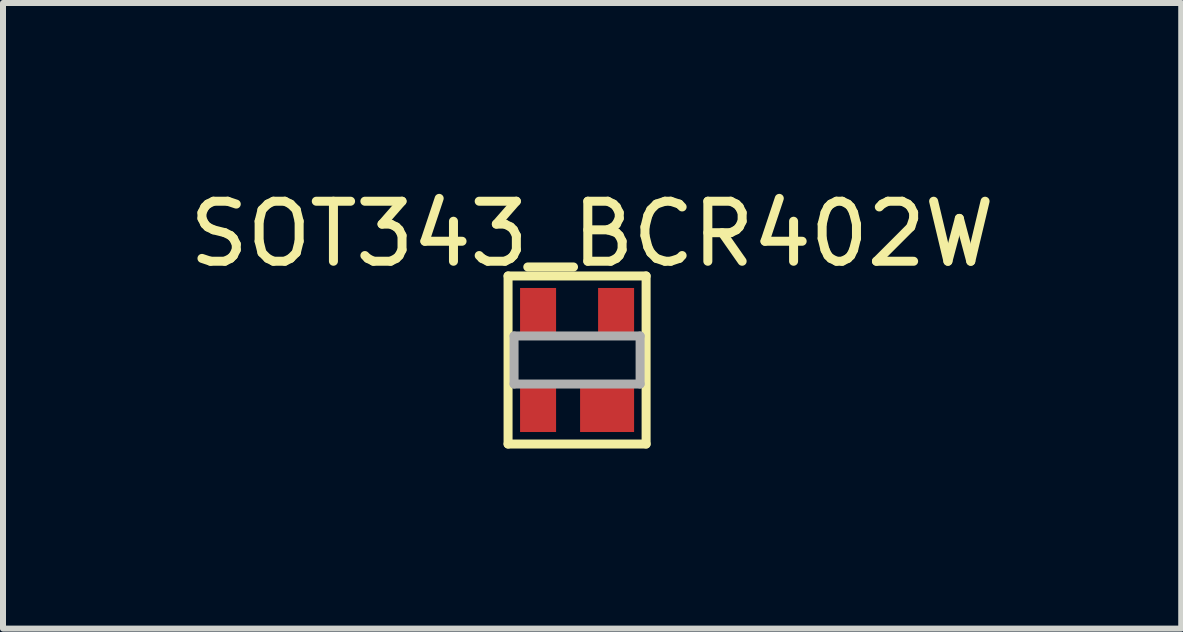
<source format=kicad_pcb>
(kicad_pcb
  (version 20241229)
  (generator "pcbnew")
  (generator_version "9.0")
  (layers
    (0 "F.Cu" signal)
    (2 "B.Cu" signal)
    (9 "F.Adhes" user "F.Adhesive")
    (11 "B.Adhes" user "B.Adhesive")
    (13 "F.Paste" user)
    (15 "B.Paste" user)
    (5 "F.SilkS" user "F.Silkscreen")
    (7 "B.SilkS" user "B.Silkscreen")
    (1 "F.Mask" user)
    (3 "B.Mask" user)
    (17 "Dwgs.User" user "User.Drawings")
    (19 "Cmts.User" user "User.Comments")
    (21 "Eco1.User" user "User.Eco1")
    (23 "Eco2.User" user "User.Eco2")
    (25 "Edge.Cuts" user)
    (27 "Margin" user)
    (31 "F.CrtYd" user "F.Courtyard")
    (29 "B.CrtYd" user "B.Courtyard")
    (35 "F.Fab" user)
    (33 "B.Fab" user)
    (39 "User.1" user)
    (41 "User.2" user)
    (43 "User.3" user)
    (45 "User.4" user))
  (footprint "SOT343_BCR402W"
    (layer "F.Cu")
    (at 5.915 3.748)
    (property "Reference" "SOT343_BCR402W" (at 0.9 -2.9 0) (layer "F.SilkS") (effects (font (size 1 1) (thickness 0.15))))
    (attr through_hole)
    (fp_line (start -0.5 -2.2) (end -0.5 0.6) (stroke (width 0.15) (type solid)) (layer "F.SilkS"))
    (fp_line (start -0.5 0.6) (end 1.8 0.6) (stroke (width 0.15) (type solid)) (layer "F.SilkS"))
    (fp_line (start 1.8 -2.2) (end -0.5 -2.2) (stroke (width 0.15) (type solid)) (layer "F.SilkS"))
    (fp_line (start 1.8 0.6) (end 1.8 -2.2) (stroke (width 0.15) (type solid)) (layer "F.SilkS"))
    (fp_line (start -0.4 -1.2) (end 1.7 -1.2) (stroke (width 0.15) (type solid)) (layer "F.Fab"))
    (fp_line (start -0.4 -0.4) (end -0.4 -1.2) (stroke (width 0.15) (type solid)) (layer "F.Fab"))
    (fp_line (start 1.7 -1.2) (end 1.7 -0.4) (stroke (width 0.15) (type solid)) (layer "F.Fab"))
    (fp_line (start 1.7 -0.4) (end -0.4 -0.4) (stroke (width 0.15) (type solid)) (layer "F.Fab"))
    (pad "1" smd rect (at 0 0) (size 0.6 0.8) (layers "F.Cu" "F.Mask" "F.Paste"))
    (pad "2" smd rect (at 1.15 0) (size 0.9 0.8) (layers "F.Cu" "F.Mask" "F.Paste"))
    (pad "3" smd rect (at 1.3 -1.6) (size 0.6 0.8) (layers "F.Cu" "F.Mask" "F.Paste"))
    (pad "4" smd rect (at 0 -1.6) (size 0.6 0.8) (layers "F.Cu" "F.Mask" "F.Paste")))
  (gr_rect
    (start -3 -3)
    (end 16.631 7.423)
    (stroke (width 0.1) (type default))
    (fill no)
    (layer "Edge.Cuts")))
</source>
